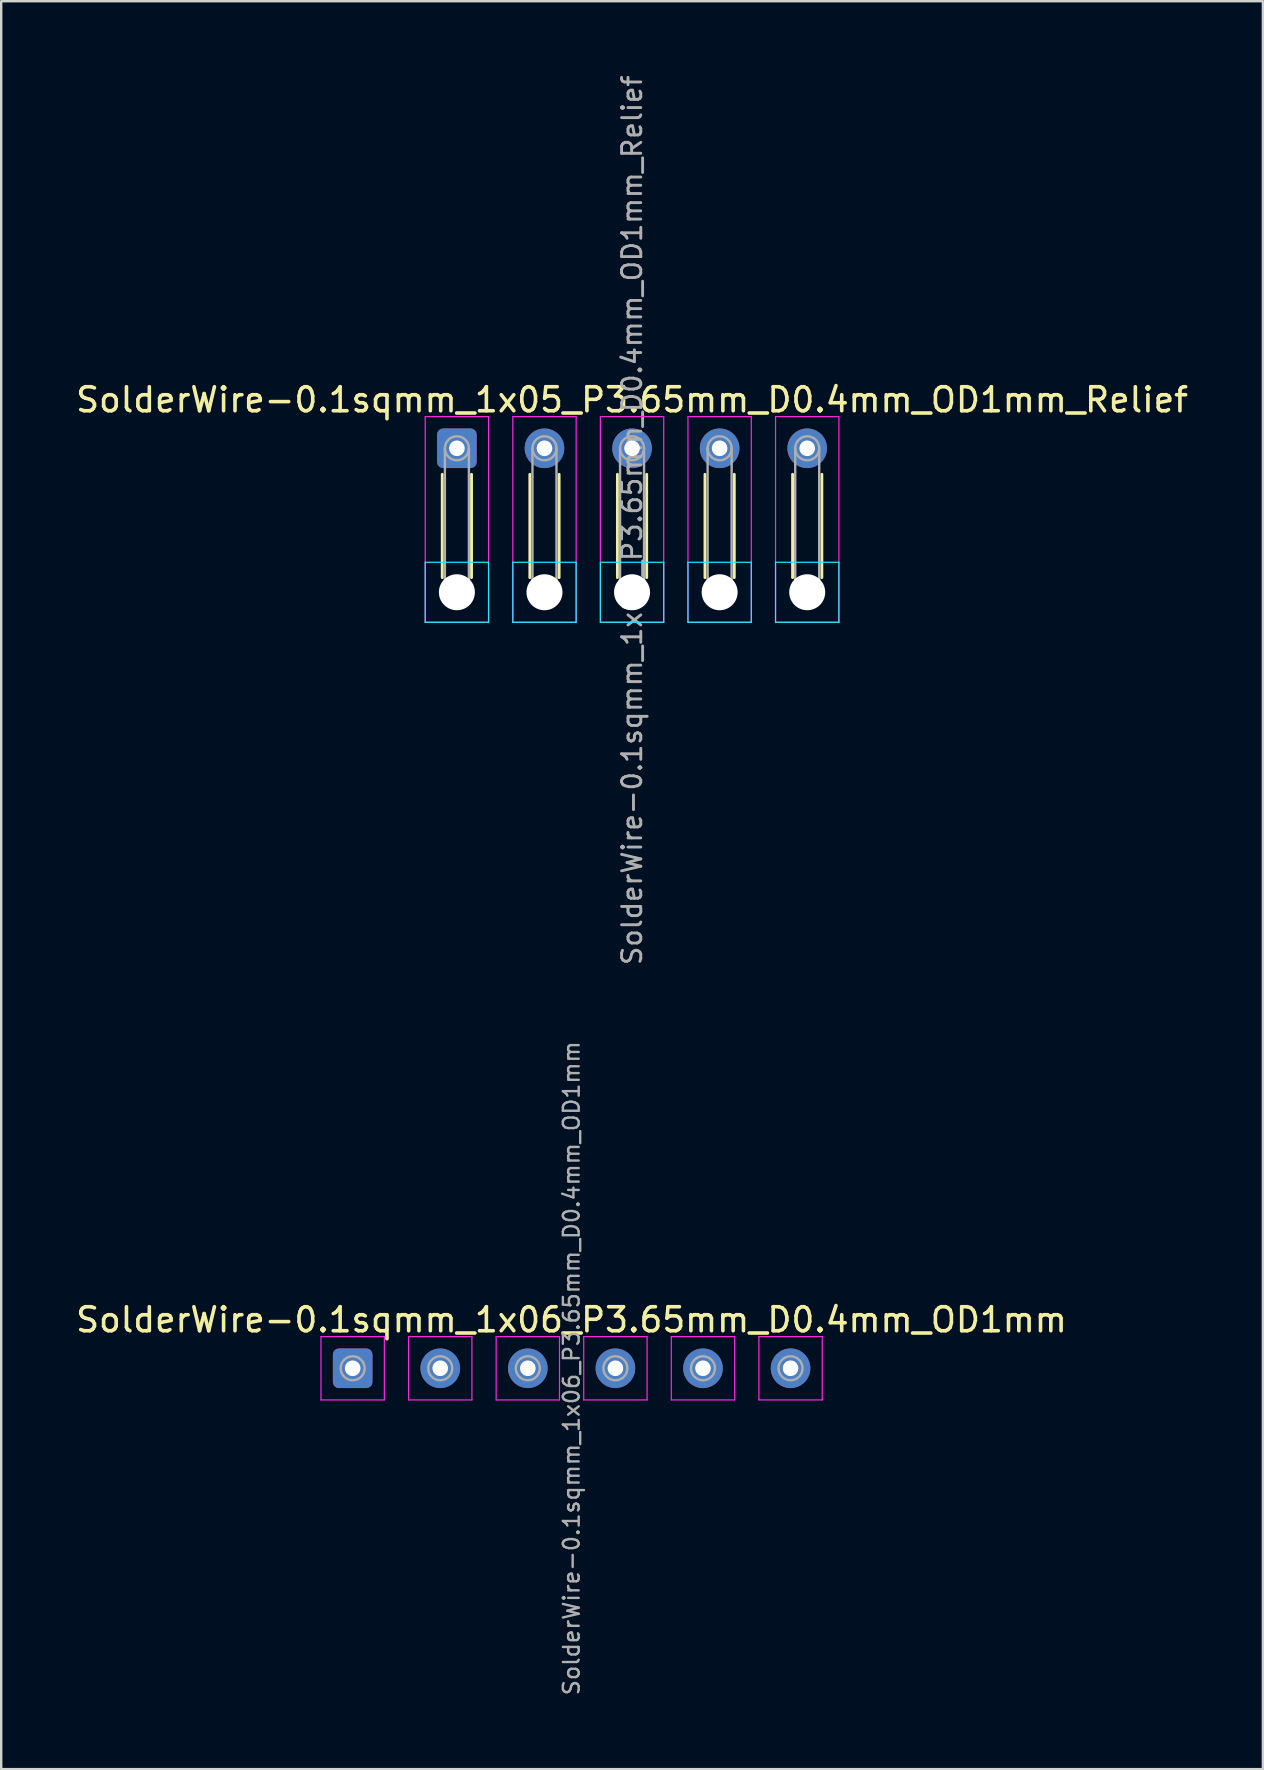
<source format=kicad_pcb>
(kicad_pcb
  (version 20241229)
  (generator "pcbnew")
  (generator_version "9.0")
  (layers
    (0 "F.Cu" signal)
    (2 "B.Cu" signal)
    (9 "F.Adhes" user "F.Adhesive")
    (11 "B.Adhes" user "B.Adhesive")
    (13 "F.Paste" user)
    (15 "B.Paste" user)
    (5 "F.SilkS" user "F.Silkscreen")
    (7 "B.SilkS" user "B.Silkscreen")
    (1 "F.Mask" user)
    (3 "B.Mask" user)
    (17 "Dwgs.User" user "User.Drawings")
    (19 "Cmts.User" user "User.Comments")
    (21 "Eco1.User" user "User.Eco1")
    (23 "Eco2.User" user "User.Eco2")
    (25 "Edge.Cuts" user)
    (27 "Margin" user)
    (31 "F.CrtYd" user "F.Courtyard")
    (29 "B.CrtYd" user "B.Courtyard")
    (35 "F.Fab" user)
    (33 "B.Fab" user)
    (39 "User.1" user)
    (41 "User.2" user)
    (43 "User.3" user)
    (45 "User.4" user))
  (footprint "SolderWire-0.1sqmm_1x06_P3.65mm_D0.4mm_OD1mm"
    (layer "F.Cu")
    (at 11.648 53.975)
    (property "Reference" "SolderWire-0.1sqmm_1x06_P3.65mm_D0.4mm_OD1mm" (at 9.12 -2.02 0) (layer "F.SilkS") (effects (font (size 1 1) (thickness 0.15))))
    (attr exclude_from_pos_files exclude_from_bom)
    (fp_line (start -1.32 -1.32) (end -1.32 1.32) (stroke (width 0.05) (type solid)) (layer "F.CrtYd"))
    (fp_line (start -1.32 1.32) (end 1.32 1.32) (stroke (width 0.05) (type solid)) (layer "F.CrtYd"))
    (fp_line (start 1.32 -1.32) (end -1.32 -1.32) (stroke (width 0.05) (type solid)) (layer "F.CrtYd"))
    (fp_line (start 1.32 1.32) (end 1.32 -1.32) (stroke (width 0.05) (type solid)) (layer "F.CrtYd"))
    (fp_line (start 2.33 -1.32) (end 2.33 1.32) (stroke (width 0.05) (type solid)) (layer "F.CrtYd"))
    (fp_line (start 2.33 1.32) (end 4.97 1.32) (stroke (width 0.05) (type solid)) (layer "F.CrtYd"))
    (fp_line (start 4.97 -1.32) (end 2.33 -1.32) (stroke (width 0.05) (type solid)) (layer "F.CrtYd"))
    (fp_line (start 4.97 1.32) (end 4.97 -1.32) (stroke (width 0.05) (type solid)) (layer "F.CrtYd"))
    (fp_line (start 5.98 -1.32) (end 5.98 1.32) (stroke (width 0.05) (type solid)) (layer "F.CrtYd"))
    (fp_line (start 5.98 1.32) (end 8.62 1.32) (stroke (width 0.05) (type solid)) (layer "F.CrtYd"))
    (fp_line (start 8.62 -1.32) (end 5.98 -1.32) (stroke (width 0.05) (type solid)) (layer "F.CrtYd"))
    (fp_line (start 8.62 1.32) (end 8.62 -1.32) (stroke (width 0.05) (type solid)) (layer "F.CrtYd"))
    (fp_line (start 9.63 -1.32) (end 9.63 1.32) (stroke (width 0.05) (type solid)) (layer "F.CrtYd"))
    (fp_line (start 9.63 1.32) (end 12.27 1.32) (stroke (width 0.05) (type solid)) (layer "F.CrtYd"))
    (fp_line (start 12.27 -1.32) (end 9.63 -1.32) (stroke (width 0.05) (type solid)) (layer "F.CrtYd"))
    (fp_line (start 12.27 1.32) (end 12.27 -1.32) (stroke (width 0.05) (type solid)) (layer "F.CrtYd"))
    (fp_line (start 13.28 -1.32) (end 13.28 1.32) (stroke (width 0.05) (type solid)) (layer "F.CrtYd"))
    (fp_line (start 13.28 1.32) (end 15.92 1.32) (stroke (width 0.05) (type solid)) (layer "F.CrtYd"))
    (fp_line (start 15.92 -1.32) (end 13.28 -1.32) (stroke (width 0.05) (type solid)) (layer "F.CrtYd"))
    (fp_line (start 15.92 1.32) (end 15.92 -1.32) (stroke (width 0.05) (type solid)) (layer "F.CrtYd"))
    (fp_line (start 16.93 -1.32) (end 16.93 1.32) (stroke (width 0.05) (type solid)) (layer "F.CrtYd"))
    (fp_line (start 16.93 1.32) (end 19.57 1.32) (stroke (width 0.05) (type solid)) (layer "F.CrtYd"))
    (fp_line (start 19.57 -1.32) (end 16.93 -1.32) (stroke (width 0.05) (type solid)) (layer "F.CrtYd"))
    (fp_line (start 19.57 1.32) (end 19.57 -1.32) (stroke (width 0.05) (type solid)) (layer "F.CrtYd"))
    (fp_circle (center 0 0) (end 0.5 0) (stroke (width 0.1) (type solid)) (fill no) (layer "F.Fab"))
    (fp_circle (center 3.65 0) (end 4.15 0) (stroke (width 0.1) (type solid)) (fill no) (layer "F.Fab"))
    (fp_circle (center 7.3 0) (end 7.8 0) (stroke (width 0.1) (type solid)) (fill no) (layer "F.Fab"))
    (fp_circle (center 10.95 0) (end 11.45 0) (stroke (width 0.1) (type solid)) (fill no) (layer "F.Fab"))
    (fp_circle (center 14.6 0) (end 15.1 0) (stroke (width 0.1) (type solid)) (fill no) (layer "F.Fab"))
    (fp_circle (center 18.25 0) (end 18.75 0) (stroke (width 0.1) (type solid)) (fill no) (layer "F.Fab"))
    (fp_text user "${REFERENCE}" (at 9.12 0 90) (layer "F.Fab") (effects (font (size 0.66 0.66) (thickness 0.1))))
    (pad "1" thru_hole roundrect (at 0 0) (size 1.65 1.65) (drill 0.65) (layers "*.Cu" "*.Mask") (roundrect_rratio 0.152))
    (pad "2" thru_hole circle (at 3.65 0) (size 1.65 1.65) (drill 0.65) (layers "*.Cu" "*.Mask"))
    (pad "3" thru_hole circle (at 7.3 0) (size 1.65 1.65) (drill 0.65) (layers "*.Cu" "*.Mask"))
    (pad "4" thru_hole circle (at 10.95 0) (size 1.65 1.65) (drill 0.65) (layers "*.Cu" "*.Mask"))
    (pad "5" thru_hole circle (at 14.6 0) (size 1.65 1.65) (drill 0.65) (layers "*.Cu" "*.Mask"))
    (pad "6" thru_hole circle (at 18.25 0) (size 1.65 1.65) (drill 0.65) (layers "*.Cu" "*.Mask")))
  (footprint "SolderWire-0.1sqmm_1x05_P3.65mm_D0.4mm_OD1mm_Relief"
    (layer "F.Cu")
    (at 15.992 15.633)
    (property "Reference" "SolderWire-0.1sqmm_1x05_P3.65mm_D0.4mm_OD1mm_Relief" (at 7.3 -2.02 0) (layer "F.SilkS") (effects (font (size 1 1) (thickness 0.15))))
    (attr exclude_from_pos_files exclude_from_bom)
    (fp_line (start -0.61 1.085) (end -0.61 5.39) (stroke (width 0.12) (type solid)) (layer "F.SilkS"))
    (fp_line (start 0.61 1.085) (end 0.61 5.39) (stroke (width 0.12) (type solid)) (layer "F.SilkS"))
    (fp_line (start 3.04 1.085) (end 3.04 5.39) (stroke (width 0.12) (type solid)) (layer "F.SilkS"))
    (fp_line (start 4.26 1.085) (end 4.26 5.39) (stroke (width 0.12) (type solid)) (layer "F.SilkS"))
    (fp_line (start 6.69 1.085) (end 6.69 5.39) (stroke (width 0.12) (type solid)) (layer "F.SilkS"))
    (fp_line (start 7.91 1.085) (end 7.91 5.39) (stroke (width 0.12) (type solid)) (layer "F.SilkS"))
    (fp_line (start 10.34 1.085) (end 10.34 5.39) (stroke (width 0.12) (type solid)) (layer "F.SilkS"))
    (fp_line (start 11.56 1.085) (end 11.56 5.39) (stroke (width 0.12) (type solid)) (layer "F.SilkS"))
    (fp_line (start 13.99 1.085) (end 13.99 5.39) (stroke (width 0.12) (type solid)) (layer "F.SilkS"))
    (fp_line (start 15.21 1.085) (end 15.21 5.39) (stroke (width 0.12) (type solid)) (layer "F.SilkS"))
    (fp_line (start -1.32 4.75) (end -1.32 7.25) (stroke (width 0.05) (type solid)) (layer "B.CrtYd"))
    (fp_line (start -1.32 7.25) (end 1.32 7.25) (stroke (width 0.05) (type solid)) (layer "B.CrtYd"))
    (fp_line (start 1.32 4.75) (end -1.32 4.75) (stroke (width 0.05) (type solid)) (layer "B.CrtYd"))
    (fp_line (start 1.32 7.25) (end 1.32 4.75) (stroke (width 0.05) (type solid)) (layer "B.CrtYd"))
    (fp_line (start 2.33 4.75) (end 2.33 7.25) (stroke (width 0.05) (type solid)) (layer "B.CrtYd"))
    (fp_line (start 2.33 7.25) (end 4.97 7.25) (stroke (width 0.05) (type solid)) (layer "B.CrtYd"))
    (fp_line (start 4.97 4.75) (end 2.33 4.75) (stroke (width 0.05) (type solid)) (layer "B.CrtYd"))
    (fp_line (start 4.97 7.25) (end 4.97 4.75) (stroke (width 0.05) (type solid)) (layer "B.CrtYd"))
    (fp_line (start 5.98 4.75) (end 5.98 7.25) (stroke (width 0.05) (type solid)) (layer "B.CrtYd"))
    (fp_line (start 5.98 7.25) (end 8.62 7.25) (stroke (width 0.05) (type solid)) (layer "B.CrtYd"))
    (fp_line (start 8.62 4.75) (end 5.98 4.75) (stroke (width 0.05) (type solid)) (layer "B.CrtYd"))
    (fp_line (start 8.62 7.25) (end 8.62 4.75) (stroke (width 0.05) (type solid)) (layer "B.CrtYd"))
    (fp_line (start 9.63 4.75) (end 9.63 7.25) (stroke (width 0.05) (type solid)) (layer "B.CrtYd"))
    (fp_line (start 9.63 7.25) (end 12.27 7.25) (stroke (width 0.05) (type solid)) (layer "B.CrtYd"))
    (fp_line (start 12.27 4.75) (end 9.63 4.75) (stroke (width 0.05) (type solid)) (layer "B.CrtYd"))
    (fp_line (start 12.27 7.25) (end 12.27 4.75) (stroke (width 0.05) (type solid)) (layer "B.CrtYd"))
    (fp_line (start 13.28 4.75) (end 13.28 7.25) (stroke (width 0.05) (type solid)) (layer "B.CrtYd"))
    (fp_line (start 13.28 7.25) (end 15.92 7.25) (stroke (width 0.05) (type solid)) (layer "B.CrtYd"))
    (fp_line (start 15.92 4.75) (end 13.28 4.75) (stroke (width 0.05) (type solid)) (layer "B.CrtYd"))
    (fp_line (start 15.92 7.25) (end 15.92 4.75) (stroke (width 0.05) (type solid)) (layer "B.CrtYd"))
    (fp_line (start -1.32 -1.32) (end -1.32 7.25) (stroke (width 0.05) (type solid)) (layer "F.CrtYd"))
    (fp_line (start -1.32 7.25) (end 1.32 7.25) (stroke (width 0.05) (type solid)) (layer "F.CrtYd"))
    (fp_line (start 1.32 -1.32) (end -1.32 -1.32) (stroke (width 0.05) (type solid)) (layer "F.CrtYd"))
    (fp_line (start 1.32 7.25) (end 1.32 -1.32) (stroke (width 0.05) (type solid)) (layer "F.CrtYd"))
    (fp_line (start 2.33 -1.32) (end 2.33 7.25) (stroke (width 0.05) (type solid)) (layer "F.CrtYd"))
    (fp_line (start 2.33 7.25) (end 4.97 7.25) (stroke (width 0.05) (type solid)) (layer "F.CrtYd"))
    (fp_line (start 4.97 -1.32) (end 2.33 -1.32) (stroke (width 0.05) (type solid)) (layer "F.CrtYd"))
    (fp_line (start 4.97 7.25) (end 4.97 -1.32) (stroke (width 0.05) (type solid)) (layer "F.CrtYd"))
    (fp_line (start 5.98 -1.32) (end 5.98 7.25) (stroke (width 0.05) (type solid)) (layer "F.CrtYd"))
    (fp_line (start 5.98 7.25) (end 8.62 7.25) (stroke (width 0.05) (type solid)) (layer "F.CrtYd"))
    (fp_line (start 8.62 -1.32) (end 5.98 -1.32) (stroke (width 0.05) (type solid)) (layer "F.CrtYd"))
    (fp_line (start 8.62 7.25) (end 8.62 -1.32) (stroke (width 0.05) (type solid)) (layer "F.CrtYd"))
    (fp_line (start 9.63 -1.32) (end 9.63 7.25) (stroke (width 0.05) (type solid)) (layer "F.CrtYd"))
    (fp_line (start 9.63 7.25) (end 12.27 7.25) (stroke (width 0.05) (type solid)) (layer "F.CrtYd"))
    (fp_line (start 12.27 -1.32) (end 9.63 -1.32) (stroke (width 0.05) (type solid)) (layer "F.CrtYd"))
    (fp_line (start 12.27 7.25) (end 12.27 -1.32) (stroke (width 0.05) (type solid)) (layer "F.CrtYd"))
    (fp_line (start 13.28 -1.32) (end 13.28 7.25) (stroke (width 0.05) (type solid)) (layer "F.CrtYd"))
    (fp_line (start 13.28 7.25) (end 15.92 7.25) (stroke (width 0.05) (type solid)) (layer "F.CrtYd"))
    (fp_line (start 15.92 -1.32) (end 13.28 -1.32) (stroke (width 0.05) (type solid)) (layer "F.CrtYd"))
    (fp_line (start 15.92 7.25) (end 15.92 -1.32) (stroke (width 0.05) (type solid)) (layer "F.CrtYd"))
    (fp_line (start -0.5 0) (end -0.5 6) (stroke (width 0.1) (type solid)) (layer "F.Fab"))
    (fp_line (start 0.5 0) (end 0.5 6) (stroke (width 0.1) (type solid)) (layer "F.Fab"))
    (fp_line (start 3.15 0) (end 3.15 6) (stroke (width 0.1) (type solid)) (layer "F.Fab"))
    (fp_line (start 4.15 0) (end 4.15 6) (stroke (width 0.1) (type solid)) (layer "F.Fab"))
    (fp_line (start 6.8 0) (end 6.8 6) (stroke (width 0.1) (type solid)) (layer "F.Fab"))
    (fp_line (start 7.8 0) (end 7.8 6) (stroke (width 0.1) (type solid)) (layer "F.Fab"))
    (fp_line (start 10.45 0) (end 10.45 6) (stroke (width 0.1) (type solid)) (layer "F.Fab"))
    (fp_line (start 11.45 0) (end 11.45 6) (stroke (width 0.1) (type solid)) (layer "F.Fab"))
    (fp_line (start 14.1 0) (end 14.1 6) (stroke (width 0.1) (type solid)) (layer "F.Fab"))
    (fp_line (start 15.1 0) (end 15.1 6) (stroke (width 0.1) (type solid)) (layer "F.Fab"))
    (fp_circle (center 0 0) (end 0.5 0) (stroke (width 0.1) (type solid)) (fill no) (layer "F.Fab"))
    (fp_circle (center 0 6) (end 0.5 6) (stroke (width 0.1) (type solid)) (fill no) (layer "F.Fab"))
    (fp_circle (center 3.65 0) (end 4.15 0) (stroke (width 0.1) (type solid)) (fill no) (layer "F.Fab"))
    (fp_circle (center 3.65 6) (end 4.15 6) (stroke (width 0.1) (type solid)) (fill no) (layer "F.Fab"))
    (fp_circle (center 7.3 0) (end 7.8 0) (stroke (width 0.1) (type solid)) (fill no) (layer "F.Fab"))
    (fp_circle (center 7.3 6) (end 7.8 6) (stroke (width 0.1) (type solid)) (fill no) (layer "F.Fab"))
    (fp_circle (center 10.95 0) (end 11.45 0) (stroke (width 0.1) (type solid)) (fill no) (layer "F.Fab"))
    (fp_circle (center 10.95 6) (end 11.45 6) (stroke (width 0.1) (type solid)) (fill no) (layer "F.Fab"))
    (fp_circle (center 14.6 0) (end 15.1 0) (stroke (width 0.1) (type solid)) (fill no) (layer "F.Fab"))
    (fp_circle (center 14.6 6) (end 15.1 6) (stroke (width 0.1) (type solid)) (fill no) (layer "F.Fab"))
    (fp_text user "${REFERENCE}" (at 7.3 3 90) (layer "F.Fab") (effects (font (size 0.8 0.8) (thickness 0.12))))
    (pad "" np_thru_hole circle (at 0 6) (size 1.5 1.5) (drill 1.5) (layers "*.Cu" "*.Mask"))
    (pad "" np_thru_hole circle (at 3.65 6) (size 1.5 1.5) (drill 1.5) (layers "*.Cu" "*.Mask"))
    (pad "" np_thru_hole circle (at 7.3 6) (size 1.5 1.5) (drill 1.5) (layers "*.Cu" "*.Mask"))
    (pad "" np_thru_hole circle (at 10.95 6) (size 1.5 1.5) (drill 1.5) (layers "*.Cu" "*.Mask"))
    (pad "" np_thru_hole circle (at 14.6 6) (size 1.5 1.5) (drill 1.5) (layers "*.Cu" "*.Mask"))
    (pad "1" thru_hole roundrect (at 0 0) (size 1.65 1.65) (drill 0.65) (layers "*.Cu" "*.Mask") (roundrect_rratio 0.152))
    (pad "2" thru_hole circle (at 3.65 0) (size 1.65 1.65) (drill 0.65) (layers "*.Cu" "*.Mask"))
    (pad "3" thru_hole circle (at 7.3 0) (size 1.65 1.65) (drill 0.65) (layers "*.Cu" "*.Mask"))
    (pad "4" thru_hole circle (at 10.95 0) (size 1.65 1.65) (drill 0.65) (layers "*.Cu" "*.Mask"))
    (pad "5" thru_hole circle (at 14.6 0) (size 1.65 1.65) (drill 0.65) (layers "*.Cu" "*.Mask")))
  (gr_rect
    (start -3 -3)
    (end 49.583 70.683)
    (stroke (width 0.1) (type default))
    (fill no)
    (layer "Edge.Cuts")))
</source>
